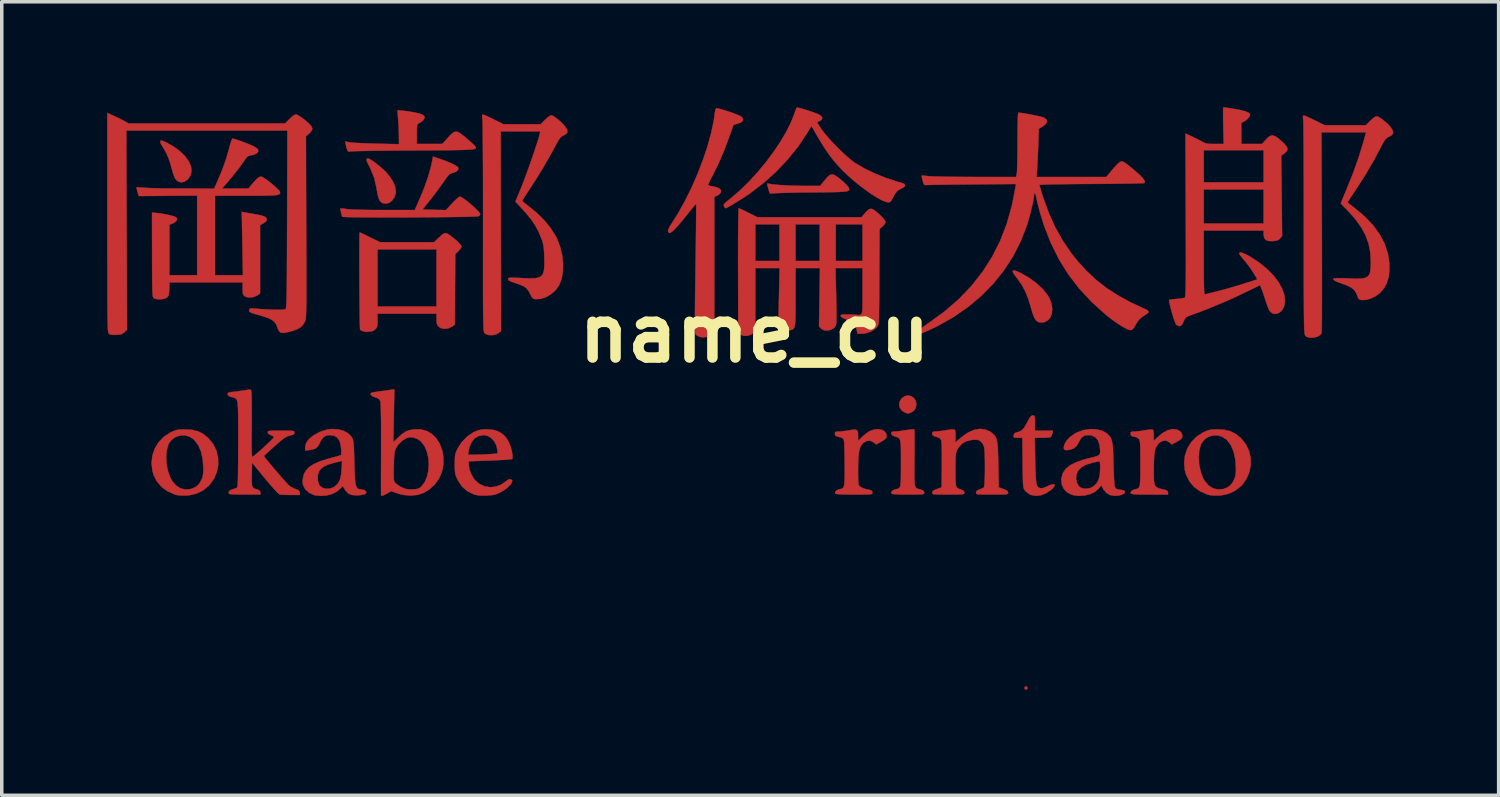
<source format=kicad_pcb>
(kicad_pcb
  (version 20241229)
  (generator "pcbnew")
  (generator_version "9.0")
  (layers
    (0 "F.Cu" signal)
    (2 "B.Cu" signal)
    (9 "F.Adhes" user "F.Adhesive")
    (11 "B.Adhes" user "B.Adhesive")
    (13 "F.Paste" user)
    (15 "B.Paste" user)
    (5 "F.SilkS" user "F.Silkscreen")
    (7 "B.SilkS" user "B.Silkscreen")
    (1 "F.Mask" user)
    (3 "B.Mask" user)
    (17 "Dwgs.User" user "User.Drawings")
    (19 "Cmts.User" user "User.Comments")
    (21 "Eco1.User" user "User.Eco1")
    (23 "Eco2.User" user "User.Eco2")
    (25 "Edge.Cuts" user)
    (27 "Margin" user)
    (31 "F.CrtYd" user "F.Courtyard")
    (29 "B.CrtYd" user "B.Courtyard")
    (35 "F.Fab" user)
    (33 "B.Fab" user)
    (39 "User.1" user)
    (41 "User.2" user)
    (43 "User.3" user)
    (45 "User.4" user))
  (footprint "name_cu"
    (layer "F.Cu")
    (at 18.426 6.437)
    (property "Reference" "name_cu" (at 0 0 0) (layer "F.SilkS") (effects (font (size 1.524 1.524) (thickness 0.3))))
    (attr through_hole)
    (fp_poly (pts (xy 7.751 10.055) (xy 7.758 10.061) (xy 7.772 10.101) (xy 7.753 10.137) (xy 7.729 10.145) (xy 7.697 10.126) (xy 7.69 10.117) (xy 7.687 10.078) (xy 7.714 10.052) (xy 7.751 10.055)) (stroke (width 0.01) (type solid)) (fill yes) (layer "F.Cu"))
    (fp_poly (pts (xy 4.458 1.788) (xy 4.535 1.84) (xy 4.589 1.922) (xy 4.607 2.021) (xy 4.588 2.132) (xy 4.53 2.212) (xy 4.461 2.252) (xy 4.403 2.275) (xy 4.37 2.286) (xy 4.368 2.286) (xy 4.341 2.277) (xy 4.31 2.267) (xy 4.207 2.212) (xy 4.142 2.131) (xy 4.117 2.036) (xy 4.137 1.936) (xy 4.189 1.855) (xy 4.274 1.791) (xy 4.367 1.771) (xy 4.458 1.788)) (stroke (width 0.01) (type solid)) (fill yes) (layer "F.Cu"))
    (fp_poly (pts (xy -16.852 -5.479) (xy -16.761 -5.442) (xy -16.715 -5.419) (xy -16.51 -5.298) (xy -16.338 -5.168) (xy -16.201 -5.032) (xy -16.102 -4.893) (xy -16.042 -4.757) (xy -16.024 -4.626) (xy -16.049 -4.503) (xy -16.12 -4.393) (xy -16.132 -4.381) (xy -16.226 -4.314) (xy -16.321 -4.295) (xy -16.411 -4.325) (xy -16.456 -4.361) (xy -16.505 -4.432) (xy -16.549 -4.548) (xy -16.574 -4.64) (xy -16.63 -4.841) (xy -16.687 -5.006) (xy -16.752 -5.149) (xy -16.831 -5.284) (xy -16.834 -5.289) (xy -16.893 -5.389) (xy -16.916 -5.454) (xy -16.903 -5.483) (xy -16.852 -5.479)) (stroke (width 0.01) (type solid)) (fill yes) (layer "F.Cu"))
    (fp_poly (pts (xy 7.413 -1.786) (xy 7.504 -1.752) (xy 7.557 -1.727) (xy 7.808 -1.584) (xy 8.027 -1.426) (xy 8.208 -1.257) (xy 8.346 -1.082) (xy 8.403 -0.981) (xy 8.457 -0.833) (xy 8.476 -0.69) (xy 8.463 -0.56) (xy 8.419 -0.449) (xy 8.347 -0.366) (xy 8.25 -0.316) (xy 8.167 -0.306) (xy 8.097 -0.316) (xy 8.054 -0.333) (xy 8.006 -0.377) (xy 7.96 -0.458) (xy 7.914 -0.579) (xy 7.867 -0.741) (xy 7.793 -0.985) (xy 7.709 -1.192) (xy 7.609 -1.377) (xy 7.485 -1.554) (xy 7.444 -1.605) (xy 7.376 -1.698) (xy 7.349 -1.759) (xy 7.361 -1.788) (xy 7.413 -1.786)) (stroke (width 0.01) (type solid)) (fill yes) (layer "F.Cu"))
    (fp_poly (pts (xy -10.976 -4.971) (xy -10.92 -4.941) (xy -10.84 -4.887) (xy -10.73 -4.803) (xy -10.683 -4.766) (xy -10.522 -4.623) (xy -10.39 -4.472) (xy -10.291 -4.321) (xy -10.229 -4.176) (xy -10.208 -4.043) (xy -10.213 -3.984) (xy -10.253 -3.866) (xy -10.318 -3.774) (xy -10.401 -3.712) (xy -10.493 -3.688) (xy -10.585 -3.705) (xy -10.62 -3.725) (xy -10.663 -3.769) (xy -10.697 -3.838) (xy -10.725 -3.942) (xy -10.751 -4.087) (xy -10.755 -4.113) (xy -10.822 -4.418) (xy -10.938 -4.704) (xy -10.976 -4.776) (xy -11.024 -4.871) (xy -11.045 -4.932) (xy -11.038 -4.964) (xy -11.038 -4.965) (xy -11.013 -4.977) (xy -10.976 -4.971)) (stroke (width 0.01) (type solid)) (fill yes) (layer "F.Cu"))
    (fp_poly (pts (xy 2.276 -4.505) (xy 2.361 -4.451) (xy 2.461 -4.371) (xy 2.546 -4.297) (xy 2.617 -4.228) (xy 2.664 -4.174) (xy 2.674 -4.157) (xy 2.689 -4.125) (xy 2.697 -4.098) (xy 2.696 -4.077) (xy 2.68 -4.059) (xy 2.646 -4.046) (xy 2.589 -4.036) (xy 2.506 -4.028) (xy 2.392 -4.022) (xy 2.242 -4.018) (xy 2.053 -4.015) (xy 1.821 -4.013) (xy 1.61 -4.01) (xy 1.38 -4.008) (xy 1.165 -4.004) (xy 0.97 -4) (xy 0.8 -3.996) (xy 0.662 -3.991) (xy 0.561 -3.987) (xy 0.502 -3.982) (xy 0.491 -3.98) (xy 0.455 -3.974) (xy 0.432 -3.994) (xy 0.413 -4.051) (xy 0.407 -4.072) (xy 0.386 -4.151) (xy 0.369 -4.215) (xy 0.365 -4.229) (xy 0.363 -4.263) (xy 0.396 -4.262) (xy 0.4 -4.261) (xy 0.473 -4.246) (xy 0.589 -4.231) (xy 0.738 -4.219) (xy 0.913 -4.209) (xy 1.104 -4.201) (xy 1.302 -4.197) (xy 1.411 -4.196) (xy 1.869 -4.196) (xy 2.002 -4.361) (xy 2.081 -4.452) (xy 2.146 -4.506) (xy 2.207 -4.524) (xy 2.276 -4.505)) (stroke (width 0.01) (type solid)) (fill yes) (layer "F.Cu"))
    (fp_poly (pts (xy 7.952 2.341) (xy 7.97 2.355) (xy 7.98 2.39) (xy 7.983 2.456) (xy 7.984 2.555) (xy 7.984 2.771) (xy 8.496 2.771) (xy 8.478 2.854) (xy 8.458 2.916) (xy 8.433 2.954) (xy 8.432 2.955) (xy 8.394 2.964) (xy 8.32 2.971) (xy 8.223 2.974) (xy 8.191 2.974) (xy 7.978 2.975) (xy 7.99 3.604) (xy 7.995 3.832) (xy 8.003 4.02) (xy 8.012 4.166) (xy 8.022 4.265) (xy 8.032 4.314) (xy 8.075 4.383) (xy 8.138 4.412) (xy 8.225 4.402) (xy 8.339 4.354) (xy 8.442 4.309) (xy 8.512 4.295) (xy 8.545 4.31) (xy 8.538 4.35) (xy 8.489 4.412) (xy 8.449 4.45) (xy 8.308 4.549) (xy 8.159 4.609) (xy 8.011 4.627) (xy 7.873 4.601) (xy 7.833 4.583) (xy 7.758 4.533) (xy 7.696 4.471) (xy 7.693 4.467) (xy 7.677 4.443) (xy 7.665 4.415) (xy 7.656 4.377) (xy 7.649 4.323) (xy 7.643 4.246) (xy 7.64 4.141) (xy 7.637 4.001) (xy 7.634 3.819) (xy 7.633 3.685) (xy 7.625 2.975) (xy 7.497 2.975) (xy 7.422 2.973) (xy 7.386 2.964) (xy 7.376 2.939) (xy 7.378 2.906) (xy 7.395 2.853) (xy 7.442 2.826) (xy 7.468 2.82) (xy 7.552 2.795) (xy 7.62 2.751) (xy 7.681 2.679) (xy 7.745 2.57) (xy 7.764 2.533) (xy 7.815 2.436) (xy 7.854 2.377) (xy 7.887 2.347) (xy 7.922 2.339) (xy 7.923 2.339) (xy 7.952 2.341)) (stroke (width 0.01) (type solid)) (fill yes) (layer "F.Cu"))
    (fp_poly (pts (xy -16.01 2.748) (xy -15.845 2.788) (xy -15.7 2.86) (xy -15.564 2.968) (xy -15.533 2.998) (xy -15.403 3.162) (xy -15.315 3.347) (xy -15.269 3.545) (xy -15.265 3.748) (xy -15.304 3.948) (xy -15.384 4.138) (xy -15.506 4.31) (xy -15.539 4.345) (xy -15.705 4.478) (xy -15.897 4.568) (xy -16.111 4.614) (xy -16.182 4.619) (xy -16.315 4.619) (xy -16.429 4.607) (xy -16.488 4.593) (xy -16.701 4.5) (xy -16.875 4.376) (xy -17.009 4.22) (xy -17.102 4.036) (xy -17.138 3.913) (xy -17.161 3.692) (xy -17.145 3.541) (xy -16.747 3.541) (xy -16.733 3.745) (xy -16.69 3.944) (xy -16.621 4.123) (xy -16.571 4.211) (xy -16.462 4.335) (xy -16.334 4.415) (xy -16.194 4.448) (xy -16.047 4.433) (xy -15.941 4.392) (xy -15.86 4.34) (xy -15.799 4.27) (xy -15.758 4.199) (xy -15.721 4.12) (xy -15.7 4.047) (xy -15.69 3.962) (xy -15.687 3.85) (xy -15.704 3.597) (xy -15.751 3.376) (xy -15.829 3.191) (xy -15.937 3.045) (xy -15.966 3.017) (xy -16.085 2.94) (xy -16.217 2.905) (xy -16.352 2.91) (xy -16.479 2.952) (xy -16.589 3.029) (xy -16.671 3.139) (xy -16.687 3.174) (xy -16.733 3.346) (xy -16.747 3.541) (xy -17.145 3.541) (xy -17.138 3.479) (xy -17.07 3.28) (xy -16.962 3.101) (xy -16.815 2.948) (xy -16.634 2.828) (xy -16.603 2.813) (xy -16.514 2.774) (xy -16.439 2.751) (xy -16.359 2.739) (xy -16.253 2.736) (xy -16.209 2.736) (xy -16.01 2.748)) (stroke (width 0.01) (type solid)) (fill yes) (layer "F.Cu"))
    (fp_poly (pts (xy 13.382 2.748) (xy 13.547 2.788) (xy 13.691 2.86) (xy 13.828 2.968) (xy 13.859 2.998) (xy 13.989 3.162) (xy 14.077 3.347) (xy 14.123 3.545) (xy 14.126 3.748) (xy 14.088 3.948) (xy 14.008 4.138) (xy 13.886 4.31) (xy 13.853 4.345) (xy 13.687 4.478) (xy 13.495 4.568) (xy 13.281 4.614) (xy 13.21 4.619) (xy 13.077 4.619) (xy 12.963 4.607) (xy 12.903 4.593) (xy 12.69 4.5) (xy 12.516 4.376) (xy 12.383 4.22) (xy 12.29 4.036) (xy 12.254 3.913) (xy 12.23 3.692) (xy 12.247 3.541) (xy 12.644 3.541) (xy 12.659 3.745) (xy 12.702 3.944) (xy 12.771 4.123) (xy 12.821 4.211) (xy 12.93 4.335) (xy 13.058 4.415) (xy 13.198 4.448) (xy 13.345 4.433) (xy 13.45 4.392) (xy 13.531 4.34) (xy 13.593 4.27) (xy 13.634 4.199) (xy 13.671 4.12) (xy 13.692 4.047) (xy 13.702 3.962) (xy 13.704 3.85) (xy 13.688 3.597) (xy 13.641 3.376) (xy 13.563 3.191) (xy 13.455 3.045) (xy 13.426 3.017) (xy 13.307 2.94) (xy 13.175 2.905) (xy 13.04 2.91) (xy 12.913 2.952) (xy 12.803 3.029) (xy 12.721 3.139) (xy 12.704 3.174) (xy 12.659 3.346) (xy 12.644 3.541) (xy 12.247 3.541) (xy 12.254 3.479) (xy 12.321 3.28) (xy 12.43 3.101) (xy 12.577 2.948) (xy 12.758 2.828) (xy 12.789 2.813) (xy 12.877 2.774) (xy 12.952 2.751) (xy 13.033 2.739) (xy 13.139 2.736) (xy 13.183 2.736) (xy 13.382 2.748)) (stroke (width 0.01) (type solid)) (fill yes) (layer "F.Cu"))
    (fp_poly (pts (xy 4.548 2.734) (xy 4.551 2.762) (xy 4.554 2.835) (xy 4.555 2.946) (xy 4.556 3.09) (xy 4.556 3.259) (xy 4.555 3.449) (xy 4.554 3.556) (xy 4.552 3.784) (xy 4.55 3.968) (xy 4.551 4.11) (xy 4.554 4.219) (xy 4.562 4.297) (xy 4.574 4.352) (xy 4.592 4.388) (xy 4.617 4.411) (xy 4.65 4.426) (xy 4.693 4.438) (xy 4.723 4.446) (xy 4.793 4.472) (xy 4.825 4.503) (xy 4.831 4.533) (xy 4.83 4.553) (xy 4.821 4.568) (xy 4.799 4.578) (xy 4.755 4.584) (xy 4.684 4.587) (xy 4.578 4.589) (xy 4.43 4.589) (xy 4.37 4.589) (xy 4.195 4.588) (xy 4.066 4.585) (xy 3.977 4.58) (xy 3.923 4.572) (xy 3.899 4.56) (xy 3.897 4.557) (xy 3.902 4.508) (xy 3.948 4.466) (xy 4.022 4.44) (xy 4.065 4.431) (xy 4.099 4.419) (xy 4.125 4.399) (xy 4.143 4.365) (xy 4.156 4.311) (xy 4.164 4.231) (xy 4.168 4.12) (xy 4.169 3.972) (xy 4.17 3.781) (xy 4.17 3.699) (xy 4.17 3.491) (xy 4.169 3.327) (xy 4.166 3.202) (xy 4.159 3.111) (xy 4.147 3.046) (xy 4.129 3.003) (xy 4.103 2.976) (xy 4.069 2.958) (xy 4.024 2.944) (xy 3.995 2.936) (xy 3.924 2.904) (xy 3.895 2.858) (xy 3.895 2.853) (xy 3.895 2.817) (xy 3.92 2.801) (xy 3.982 2.797) (xy 3.987 2.797) (xy 4.059 2.792) (xy 4.162 2.78) (xy 4.276 2.764) (xy 4.31 2.758) (xy 4.411 2.742) (xy 4.491 2.733) (xy 4.54 2.732) (xy 4.548 2.734)) (stroke (width 0.01) (type solid)) (fill yes) (layer "F.Cu"))
    (fp_poly (pts (xy -11.214 -2.862) (xy -11.152 -2.834) (xy -11.062 -2.791) (xy -10.955 -2.738) (xy -10.945 -2.733) (xy -10.66 -2.593) (xy -9.12 -2.593) (xy -8.973 -2.733) (xy -8.892 -2.807) (xy -8.832 -2.847) (xy -8.78 -2.852) (xy -8.719 -2.825) (xy -8.637 -2.767) (xy -8.632 -2.763) (xy -8.523 -2.675) (xy -8.433 -2.593) (xy -8.37 -2.524) (xy -8.341 -2.474) (xy -8.34 -2.466) (xy -8.357 -2.425) (xy -8.4 -2.368) (xy -8.428 -2.339) (xy -8.517 -2.253) (xy -8.53 -0.244) (xy -8.617 -0.185) (xy -8.722 -0.138) (xy -8.832 -0.126) (xy -8.932 -0.15) (xy -8.989 -0.19) (xy -9.025 -0.235) (xy -9.044 -0.288) (xy -9.051 -0.368) (xy -9.051 -0.406) (xy -9.051 -0.559) (xy -10.73 -0.559) (xy -10.73 -0.368) (xy -10.731 -0.265) (xy -10.74 -0.199) (xy -10.758 -0.155) (xy -10.789 -0.116) (xy -10.792 -0.113) (xy -10.853 -0.07) (xy -10.915 -0.051) (xy -10.917 -0.051) (xy -10.98 -0.047) (xy -11.013 -0.04) (xy -11.06 -0.04) (xy -11.126 -0.053) (xy -11.129 -0.054) (xy -11.189 -0.077) (xy -11.225 -0.102) (xy -11.226 -0.103) (xy -11.229 -0.132) (xy -11.232 -0.206) (xy -11.234 -0.318) (xy -11.237 -0.464) (xy -11.239 -0.638) (xy -11.241 -0.835) (xy -11.243 -1.047) (xy -11.245 -1.271) (xy -11.246 -1.5) (xy -11.247 -1.729) (xy -11.248 -1.952) (xy -11.248 -2.163) (xy -11.248 -2.357) (xy -11.248 -2.39) (xy -10.73 -2.39) (xy -10.73 -0.763) (xy -9.051 -0.763) (xy -9.051 -2.39) (xy -10.73 -2.39) (xy -11.248 -2.39) (xy -11.247 -2.528) (xy -11.246 -2.671) (xy -11.245 -2.78) (xy -11.242 -2.849) (xy -11.24 -2.873) (xy -11.214 -2.862)) (stroke (width 0.01) (type solid)) (fill yes) (layer "F.Cu"))
    (fp_poly (pts (xy -10.132 -6.35) (xy -10.066 -6.343) (xy -9.97 -6.331) (xy -9.864 -6.317) (xy -9.682 -6.288) (xy -9.548 -6.257) (xy -9.456 -6.224) (xy -9.404 -6.187) (xy -9.391 -6.166) (xy -9.397 -6.115) (xy -9.44 -6.056) (xy -9.513 -6) (xy -9.541 -5.984) (xy -9.571 -5.967) (xy -9.591 -5.946) (xy -9.603 -5.912) (xy -9.609 -5.854) (xy -9.611 -5.763) (xy -9.611 -5.669) (xy -9.611 -5.39) (xy -8.886 -5.391) (xy -8.726 -5.568) (xy -8.641 -5.658) (xy -8.574 -5.716) (xy -8.513 -5.741) (xy -8.45 -5.733) (xy -8.374 -5.691) (xy -8.276 -5.616) (xy -8.2 -5.553) (xy -8.108 -5.473) (xy -8.029 -5.403) (xy -7.974 -5.35) (xy -7.95 -5.322) (xy -7.938 -5.302) (xy -7.931 -5.284) (xy -7.932 -5.269) (xy -7.944 -5.257) (xy -7.971 -5.246) (xy -8.015 -5.237) (xy -8.081 -5.23) (xy -8.171 -5.224) (xy -8.289 -5.22) (xy -8.439 -5.216) (xy -8.623 -5.213) (xy -8.845 -5.211) (xy -9.109 -5.209) (xy -9.417 -5.207) (xy -9.705 -5.206) (xy -10 -5.204) (xy -10.281 -5.201) (xy -10.543 -5.198) (xy -10.784 -5.195) (xy -10.997 -5.192) (xy -11.179 -5.189) (xy -11.326 -5.185) (xy -11.433 -5.181) (xy -11.496 -5.178) (xy -11.511 -5.176) (xy -11.557 -5.17) (xy -11.585 -5.202) (xy -11.592 -5.219) (xy -11.614 -5.29) (xy -11.633 -5.372) (xy -11.633 -5.372) (xy -11.649 -5.46) (xy -11.539 -5.437) (xy -11.484 -5.43) (xy -11.385 -5.422) (xy -11.253 -5.415) (xy -11.095 -5.408) (xy -10.919 -5.402) (xy -10.774 -5.398) (xy -10.119 -5.383) (xy -10.121 -5.609) (xy -10.124 -5.743) (xy -10.13 -5.899) (xy -10.14 -6.049) (xy -10.143 -6.089) (xy -10.151 -6.197) (xy -10.157 -6.283) (xy -10.159 -6.338) (xy -10.158 -6.35) (xy -10.132 -6.35)) (stroke (width 0.01) (type solid)) (fill yes) (layer "F.Cu"))
    (fp_poly (pts (xy -8.943 -4.96) (xy -8.779 -4.901) (xy -8.64 -4.843) (xy -8.53 -4.789) (xy -8.458 -4.743) (xy -8.43 -4.712) (xy -8.434 -4.658) (xy -8.478 -4.609) (xy -8.554 -4.573) (xy -8.593 -4.564) (xy -8.637 -4.553) (xy -8.675 -4.533) (xy -8.715 -4.495) (xy -8.765 -4.432) (xy -8.832 -4.336) (xy -8.856 -4.302) (xy -8.941 -4.179) (xy -9.046 -4.037) (xy -9.154 -3.894) (xy -9.238 -3.788) (xy -9.453 -3.521) (xy -9.119 -3.514) (xy -8.784 -3.507) (xy -8.607 -3.699) (xy -8.528 -3.78) (xy -8.458 -3.843) (xy -8.406 -3.883) (xy -8.385 -3.891) (xy -8.341 -3.874) (xy -8.272 -3.829) (xy -8.186 -3.765) (xy -8.092 -3.687) (xy -7.998 -3.605) (xy -7.915 -3.526) (xy -7.849 -3.458) (xy -7.812 -3.407) (xy -7.806 -3.39) (xy -7.826 -3.353) (xy -7.853 -3.333) (xy -7.886 -3.328) (xy -7.965 -3.324) (xy -8.084 -3.319) (xy -8.239 -3.315) (xy -8.426 -3.312) (xy -8.638 -3.309) (xy -8.872 -3.306) (xy -9.123 -3.304) (xy -9.386 -3.302) (xy -9.656 -3.3) (xy -9.928 -3.299) (xy -10.198 -3.298) (xy -10.461 -3.298) (xy -10.712 -3.299) (xy -10.946 -3.3) (xy -11.159 -3.301) (xy -11.346 -3.303) (xy -11.501 -3.306) (xy -11.621 -3.309) (xy -11.701 -3.313) (xy -11.735 -3.317) (xy -11.736 -3.318) (xy -11.759 -3.399) (xy -11.777 -3.476) (xy -11.786 -3.533) (xy -11.785 -3.555) (xy -11.757 -3.556) (xy -11.693 -3.549) (xy -11.612 -3.537) (xy -11.54 -3.529) (xy -11.421 -3.522) (xy -11.262 -3.517) (xy -11.067 -3.513) (xy -10.841 -3.51) (xy -10.59 -3.509) (xy -10.559 -3.509) (xy -9.669 -3.509) (xy -9.561 -3.754) (xy -9.405 -4.13) (xy -9.285 -4.469) (xy -9.201 -4.773) (xy -9.168 -4.937) (xy -9.152 -5.03) (xy -8.943 -4.96)) (stroke (width 0.01) (type solid)) (fill yes) (layer "F.Cu"))
    (fp_poly (pts (xy 12.032 2.745) (xy 12.059 2.755) (xy 12.14 2.811) (xy 12.177 2.892) (xy 12.175 2.966) (xy 12.148 3.003) (xy 12.088 3.05) (xy 12.021 3.089) (xy 11.877 3.164) (xy 11.816 3.108) (xy 11.734 3.059) (xy 11.645 3.055) (xy 11.559 3.091) (xy 11.482 3.162) (xy 11.422 3.265) (xy 11.393 3.357) (xy 11.383 3.427) (xy 11.375 3.536) (xy 11.369 3.671) (xy 11.366 3.82) (xy 11.365 3.9) (xy 11.366 4.068) (xy 11.37 4.193) (xy 11.383 4.283) (xy 11.409 4.344) (xy 11.453 4.386) (xy 11.52 4.416) (xy 11.613 4.441) (xy 11.702 4.46) (xy 11.756 4.486) (xy 11.772 4.533) (xy 11.772 4.59) (xy 11.248 4.59) (xy 11.06 4.589) (xy 10.919 4.586) (xy 10.818 4.582) (xy 10.753 4.574) (xy 10.719 4.565) (xy 10.711 4.557) (xy 10.716 4.508) (xy 10.762 4.466) (xy 10.836 4.44) (xy 10.879 4.431) (xy 10.913 4.419) (xy 10.939 4.399) (xy 10.958 4.364) (xy 10.97 4.31) (xy 10.978 4.229) (xy 10.982 4.117) (xy 10.984 3.967) (xy 10.984 3.774) (xy 10.984 3.709) (xy 10.984 3.509) (xy 10.983 3.353) (xy 10.981 3.235) (xy 10.977 3.15) (xy 10.972 3.091) (xy 10.964 3.051) (xy 10.953 3.025) (xy 10.938 3.006) (xy 10.933 3) (xy 10.878 2.962) (xy 10.833 2.949) (xy 10.751 2.935) (xy 10.71 2.892) (xy 10.704 2.858) (xy 10.709 2.821) (xy 10.733 2.803) (xy 10.788 2.796) (xy 10.825 2.796) (xy 10.915 2.79) (xy 11.028 2.777) (xy 11.123 2.761) (xy 11.215 2.745) (xy 11.29 2.737) (xy 11.332 2.739) (xy 11.333 2.739) (xy 11.354 2.774) (xy 11.364 2.857) (xy 11.365 2.906) (xy 11.365 3.061) (xy 11.461 2.97) (xy 11.617 2.839) (xy 11.763 2.759) (xy 11.901 2.727) (xy 12.032 2.745)) (stroke (width 0.01) (type solid)) (fill yes) (layer "F.Cu"))
    (fp_poly (pts (xy -7.432 2.749) (xy -7.282 2.797) (xy -7.155 2.881) (xy -7.08 2.957) (xy -7.011 3.063) (xy -6.95 3.199) (xy -6.908 3.343) (xy -6.89 3.475) (xy -6.89 3.483) (xy -6.89 3.579) (xy -7.024 3.594) (xy -7.092 3.6) (xy -7.2 3.606) (xy -7.337 3.613) (xy -7.493 3.62) (xy -7.647 3.626) (xy -8.136 3.643) (xy -8.136 3.725) (xy -8.117 3.859) (xy -8.067 4.001) (xy -7.992 4.132) (xy -7.954 4.181) (xy -7.827 4.29) (xy -7.679 4.357) (xy -7.52 4.382) (xy -7.358 4.364) (xy -7.202 4.304) (xy -7.064 4.203) (xy -6.999 4.16) (xy -6.942 4.152) (xy -6.903 4.179) (xy -6.895 4.2) (xy -6.908 4.252) (xy -6.957 4.319) (xy -7.032 4.392) (xy -7.125 4.464) (xy -7.227 4.524) (xy -7.236 4.529) (xy -7.326 4.57) (xy -7.406 4.595) (xy -7.496 4.609) (xy -7.614 4.617) (xy -7.634 4.618) (xy -7.766 4.62) (xy -7.866 4.613) (xy -7.951 4.595) (xy -8.006 4.577) (xy -8.181 4.489) (xy -8.323 4.364) (xy -8.434 4.2) (xy -8.446 4.176) (xy -8.484 4.097) (xy -8.508 4.033) (xy -8.522 3.968) (xy -8.528 3.886) (xy -8.53 3.775) (xy -8.53 3.725) (xy -8.529 3.598) (xy -8.525 3.508) (xy -8.517 3.458) (xy -8.154 3.458) (xy -7.897 3.455) (xy -7.764 3.452) (xy -7.629 3.446) (xy -7.513 3.439) (xy -7.475 3.436) (xy -7.31 3.42) (xy -7.318 3.318) (xy -7.35 3.182) (xy -7.416 3.063) (xy -7.508 2.971) (xy -7.617 2.913) (xy -7.71 2.898) (xy -7.847 2.922) (xy -7.963 2.989) (xy -8.053 3.096) (xy -8.114 3.24) (xy -8.134 3.329) (xy -8.154 3.458) (xy -8.517 3.458) (xy -8.514 3.439) (xy -8.493 3.376) (xy -8.461 3.304) (xy -8.448 3.277) (xy -8.332 3.096) (xy -8.178 2.939) (xy -7.999 2.819) (xy -7.964 2.801) (xy -7.873 2.764) (xy -7.789 2.743) (xy -7.689 2.735) (xy -7.615 2.734) (xy -7.432 2.749)) (stroke (width 0.01) (type solid)) (fill yes) (layer "F.Cu"))
    (fp_poly (pts (xy -1.031 -6.399) (xy -0.941 -6.376) (xy -0.83 -6.342) (xy -0.709 -6.303) (xy -0.59 -6.261) (xy -0.486 -6.22) (xy -0.407 -6.186) (xy -0.368 -6.162) (xy -0.325 -6.102) (xy -0.332 -6.048) (xy -0.388 -6.001) (xy -0.477 -5.967) (xy -0.597 -5.932) (xy -0.714 -5.604) (xy -0.858 -5.218) (xy -1.005 -4.872) (xy -1.159 -4.555) (xy -1.184 -4.508) (xy -1.239 -4.403) (xy -1.283 -4.314) (xy -1.312 -4.252) (xy -1.322 -4.225) (xy -1.299 -4.208) (xy -1.242 -4.192) (xy -1.211 -4.187) (xy -1.092 -4.162) (xy -1.005 -4.125) (xy -0.958 -4.081) (xy -0.955 -4.075) (xy -0.956 -4.015) (xy -1 -3.956) (xy -1.067 -3.916) (xy -1.144 -3.884) (xy -1.144 -0.047) (xy -1.218 0.027) (xy -1.276 0.075) (xy -1.329 0.101) (xy -1.339 0.102) (xy -1.405 0.108) (xy -1.437 0.113) (xy -1.496 0.113) (xy -1.569 0.099) (xy -1.569 0.099) (xy -1.635 0.067) (xy -1.679 0.023) (xy -1.68 0.023) (xy -1.685 -0.004) (xy -1.69 -0.061) (xy -1.693 -0.151) (xy -1.694 -0.277) (xy -1.695 -0.44) (xy -1.694 -0.644) (xy -1.692 -0.889) (xy -1.689 -1.179) (xy -1.684 -1.515) (xy -1.679 -1.849) (xy -1.674 -2.148) (xy -1.67 -2.432) (xy -1.667 -2.697) (xy -1.664 -2.939) (xy -1.662 -3.154) (xy -1.66 -3.338) (xy -1.659 -3.486) (xy -1.659 -3.595) (xy -1.66 -3.66) (xy -1.661 -3.678) (xy -1.68 -3.664) (xy -1.724 -3.616) (xy -1.786 -3.542) (xy -1.861 -3.448) (xy -1.877 -3.427) (xy -2.037 -3.228) (xy -2.17 -3.071) (xy -2.277 -2.956) (xy -2.357 -2.884) (xy -2.41 -2.855) (xy -2.424 -2.855) (xy -2.46 -2.889) (xy -2.457 -2.948) (xy -2.415 -3.036) (xy -2.389 -3.076) (xy -2.177 -3.41) (xy -1.976 -3.773) (xy -1.787 -4.155) (xy -1.615 -4.549) (xy -1.463 -4.946) (xy -1.333 -5.336) (xy -1.23 -5.713) (xy -1.157 -6.066) (xy -1.13 -6.261) (xy -1.117 -6.339) (xy -1.1 -6.393) (xy -1.087 -6.407) (xy -1.031 -6.399)) (stroke (width 0.01) (type solid)) (fill yes) (layer "F.Cu"))
    (fp_poly (pts (xy 3.615 2.744) (xy 3.697 2.786) (xy 3.748 2.853) (xy 3.762 2.94) (xy 3.759 2.964) (xy 3.733 2.999) (xy 3.675 3.045) (xy 3.608 3.086) (xy 3.466 3.163) (xy 3.395 3.107) (xy 3.3 3.059) (xy 3.203 3.061) (xy 3.107 3.114) (xy 3.104 3.117) (xy 3.053 3.169) (xy 3.014 3.235) (xy 2.986 3.321) (xy 2.967 3.434) (xy 2.955 3.581) (xy 2.95 3.768) (xy 2.949 3.88) (xy 2.95 4.039) (xy 2.951 4.155) (xy 2.954 4.236) (xy 2.96 4.289) (xy 2.971 4.323) (xy 2.987 4.346) (xy 3.008 4.365) (xy 3.013 4.368) (xy 3.082 4.407) (xy 3.165 4.434) (xy 3.172 4.435) (xy 3.267 4.454) (xy 3.323 4.473) (xy 3.349 4.497) (xy 3.356 4.532) (xy 3.356 4.534) (xy 3.355 4.553) (xy 3.347 4.567) (xy 3.327 4.577) (xy 3.287 4.584) (xy 3.221 4.588) (xy 3.123 4.589) (xy 2.985 4.59) (xy 2.832 4.59) (xy 2.644 4.589) (xy 2.503 4.586) (xy 2.402 4.582) (xy 2.337 4.574) (xy 2.303 4.565) (xy 2.295 4.557) (xy 2.3 4.508) (xy 2.346 4.466) (xy 2.42 4.44) (xy 2.464 4.43) (xy 2.499 4.418) (xy 2.525 4.397) (xy 2.543 4.362) (xy 2.555 4.305) (xy 2.563 4.223) (xy 2.567 4.107) (xy 2.568 3.954) (xy 2.568 3.755) (xy 2.568 3.736) (xy 2.567 3.559) (xy 2.564 3.395) (xy 2.56 3.254) (xy 2.555 3.142) (xy 2.549 3.068) (xy 2.544 3.042) (xy 2.525 3.004) (xy 2.494 2.978) (xy 2.439 2.958) (xy 2.358 2.939) (xy 2.305 2.914) (xy 2.288 2.866) (xy 2.288 2.86) (xy 2.293 2.822) (xy 2.315 2.803) (xy 2.369 2.797) (xy 2.409 2.796) (xy 2.499 2.79) (xy 2.612 2.776) (xy 2.708 2.76) (xy 2.819 2.742) (xy 2.889 2.744) (xy 2.929 2.771) (xy 2.946 2.83) (xy 2.949 2.918) (xy 2.949 3.058) (xy 3.072 2.943) (xy 3.15 2.875) (xy 3.226 2.818) (xy 3.273 2.788) (xy 3.395 2.742) (xy 3.512 2.728) (xy 3.615 2.744)) (stroke (width 0.01) (type solid)) (fill yes) (layer "F.Cu"))
    (fp_poly (pts (xy 1.233 -6.423) (xy 1.298 -6.408) (xy 1.39 -6.383) (xy 1.496 -6.35) (xy 1.606 -6.314) (xy 1.709 -6.279) (xy 1.793 -6.246) (xy 1.837 -6.226) (xy 1.908 -6.175) (xy 1.932 -6.123) (xy 1.909 -6.075) (xy 1.862 -6.046) (xy 1.81 -6.023) (xy 1.784 -6.01) (xy 1.793 -5.988) (xy 1.826 -5.934) (xy 1.875 -5.856) (xy 1.909 -5.805) (xy 1.992 -5.694) (xy 2.106 -5.561) (xy 2.239 -5.416) (xy 2.384 -5.268) (xy 2.53 -5.126) (xy 2.67 -5) (xy 2.794 -4.899) (xy 2.863 -4.849) (xy 3.115 -4.7) (xy 3.404 -4.559) (xy 3.716 -4.432) (xy 4.038 -4.324) (xy 4.195 -4.28) (xy 4.268 -4.25) (xy 4.291 -4.212) (xy 4.265 -4.169) (xy 4.19 -4.125) (xy 4.113 -4.085) (xy 4.055 -4.04) (xy 4.005 -3.975) (xy 3.95 -3.878) (xy 3.939 -3.855) (xy 3.898 -3.781) (xy 3.865 -3.742) (xy 3.827 -3.729) (xy 3.791 -3.729) (xy 3.711 -3.749) (xy 3.6 -3.799) (xy 3.465 -3.876) (xy 3.312 -3.974) (xy 3.149 -4.09) (xy 2.98 -4.218) (xy 2.814 -4.354) (xy 2.655 -4.494) (xy 2.517 -4.627) (xy 2.375 -4.777) (xy 2.245 -4.929) (xy 2.121 -5.091) (xy 1.997 -5.271) (xy 1.867 -5.479) (xy 1.724 -5.723) (xy 1.692 -5.78) (xy 1.622 -5.904) (xy 1.495 -5.692) (xy 1.241 -5.313) (xy 0.943 -4.944) (xy 0.608 -4.592) (xy 0.241 -4.264) (xy -0.15 -3.967) (xy -0.178 -3.948) (xy -0.277 -3.881) (xy -0.388 -3.81) (xy -0.503 -3.739) (xy -0.612 -3.672) (xy -0.707 -3.617) (xy -0.778 -3.578) (xy -0.818 -3.56) (xy -0.821 -3.56) (xy -0.845 -3.579) (xy -0.862 -3.605) (xy -0.874 -3.632) (xy -0.874 -3.657) (xy -0.856 -3.687) (xy -0.814 -3.728) (xy -0.744 -3.787) (xy -0.648 -3.864) (xy -0.398 -4.08) (xy -0.148 -4.326) (xy 0.096 -4.594) (xy 0.329 -4.876) (xy 0.546 -5.167) (xy 0.741 -5.458) (xy 0.908 -5.741) (xy 1.042 -6.011) (xy 1.121 -6.209) (xy 1.154 -6.303) (xy 1.182 -6.377) (xy 1.201 -6.419) (xy 1.204 -6.424) (xy 1.233 -6.423)) (stroke (width 0.01) (type solid)) (fill yes) (layer "F.Cu"))
    (fp_poly (pts (xy -10.28 3.1) (xy -10.135 2.959) (xy -10.026 2.863) (xy -9.93 2.799) (xy -9.828 2.759) (xy -9.702 2.735) (xy -9.683 2.733) (xy -9.5 2.734) (xy -9.332 2.779) (xy -9.184 2.865) (xy -9.058 2.988) (xy -8.959 3.143) (xy -8.891 3.325) (xy -8.856 3.532) (xy -8.855 3.719) (xy -8.895 3.936) (xy -8.979 4.135) (xy -9.105 4.309) (xy -9.268 4.454) (xy -9.427 4.547) (xy -9.593 4.6) (xy -9.783 4.619) (xy -9.981 4.603) (xy -10.174 4.554) (xy -10.174 4.554) (xy -10.343 4.493) (xy -10.458 4.56) (xy -10.55 4.609) (xy -10.606 4.626) (xy -10.629 4.613) (xy -10.63 4.608) (xy -10.63 4.58) (xy -10.63 4.506) (xy -10.63 4.39) (xy -10.63 4.238) (xy -10.63 4.055) (xy -10.63 4.05) (xy -10.272 4.05) (xy -10.27 4.128) (xy -10.264 4.18) (xy -10.253 4.215) (xy -10.237 4.242) (xy -10.217 4.264) (xy -10.159 4.313) (xy -10.077 4.366) (xy -10.03 4.39) (xy -9.943 4.426) (xy -9.86 4.443) (xy -9.757 4.444) (xy -9.732 4.443) (xy -9.634 4.436) (xy -9.569 4.42) (xy -9.518 4.391) (xy -9.481 4.36) (xy -9.388 4.24) (xy -9.322 4.087) (xy -9.283 3.913) (xy -9.271 3.728) (xy -9.285 3.541) (xy -9.326 3.365) (xy -9.394 3.209) (xy -9.489 3.084) (xy -9.492 3.081) (xy -9.594 3.008) (xy -9.711 2.966) (xy -9.826 2.959) (xy -9.892 2.976) (xy -10.018 3.05) (xy -10.13 3.158) (xy -10.203 3.265) (xy -10.224 3.31) (xy -10.239 3.36) (xy -10.25 3.424) (xy -10.257 3.511) (xy -10.263 3.63) (xy -10.267 3.784) (xy -10.271 3.938) (xy -10.272 4.05) (xy -10.63 4.05) (xy -10.63 3.845) (xy -10.629 3.614) (xy -10.628 3.366) (xy -10.628 3.293) (xy -10.628 2.954) (xy -10.628 2.663) (xy -10.63 2.419) (xy -10.634 2.222) (xy -10.638 2.074) (xy -10.643 1.976) (xy -10.65 1.928) (xy -10.651 1.926) (xy -10.684 1.875) (xy -10.744 1.84) (xy -10.792 1.826) (xy -10.874 1.794) (xy -10.92 1.755) (xy -10.925 1.714) (xy -10.915 1.701) (xy -10.882 1.688) (xy -10.811 1.674) (xy -10.718 1.659) (xy -10.691 1.655) (xy -10.576 1.64) (xy -10.462 1.625) (xy -10.374 1.613) (xy -10.369 1.612) (xy -10.25 1.595) (xy -10.28 3.1)) (stroke (width 0.01) (type solid)) (fill yes) (layer "F.Cu"))
    (fp_poly (pts (xy 9.72 2.731) (xy 9.877 2.766) (xy 10.007 2.833) (xy 10.036 2.856) (xy 10.084 2.901) (xy 10.123 2.947) (xy 10.152 2.999) (xy 10.175 3.064) (xy 10.19 3.15) (xy 10.202 3.262) (xy 10.21 3.408) (xy 10.216 3.594) (xy 10.219 3.725) (xy 10.226 3.953) (xy 10.234 4.133) (xy 10.243 4.265) (xy 10.254 4.351) (xy 10.266 4.391) (xy 10.301 4.429) (xy 10.362 4.449) (xy 10.418 4.454) (xy 10.502 4.469) (xy 10.542 4.496) (xy 10.544 4.53) (xy 10.512 4.565) (xy 10.452 4.597) (xy 10.366 4.619) (xy 10.266 4.627) (xy 10.127 4.606) (xy 10.013 4.542) (xy 9.931 4.44) (xy 9.928 4.434) (xy 9.874 4.33) (xy 9.793 4.426) (xy 9.689 4.514) (xy 9.552 4.579) (xy 9.395 4.618) (xy 9.23 4.628) (xy 9.072 4.607) (xy 9.017 4.59) (xy 8.891 4.521) (xy 8.799 4.42) (xy 8.745 4.297) (xy 8.733 4.159) (xy 8.737 4.138) (xy 9.154 4.138) (xy 9.177 4.252) (xy 9.23 4.348) (xy 9.263 4.379) (xy 9.344 4.415) (xy 9.449 4.423) (xy 9.556 4.405) (xy 9.637 4.367) (xy 9.731 4.281) (xy 9.794 4.17) (xy 9.83 4.025) (xy 9.84 3.859) (xy 9.839 3.751) (xy 9.835 3.685) (xy 9.826 3.652) (xy 9.81 3.643) (xy 9.795 3.645) (xy 9.746 3.657) (xy 9.668 3.675) (xy 9.606 3.689) (xy 9.43 3.744) (xy 9.294 3.824) (xy 9.211 3.913) (xy 9.165 4.019) (xy 9.154 4.138) (xy 8.737 4.138) (xy 8.764 4.015) (xy 8.786 3.966) (xy 8.865 3.855) (xy 8.984 3.758) (xy 9.148 3.674) (xy 9.357 3.6) (xy 9.509 3.56) (xy 9.642 3.527) (xy 9.734 3.501) (xy 9.792 3.476) (xy 9.823 3.447) (xy 9.837 3.409) (xy 9.84 3.357) (xy 9.84 3.339) (xy 9.824 3.176) (xy 9.777 3.047) (xy 9.701 2.957) (xy 9.598 2.908) (xy 9.518 2.898) (xy 9.419 2.906) (xy 9.348 2.934) (xy 9.291 2.993) (xy 9.236 3.092) (xy 9.234 3.097) (xy 9.171 3.205) (xy 9.096 3.272) (xy 8.995 3.311) (xy 8.922 3.324) (xy 8.846 3.324) (xy 8.808 3.296) (xy 8.805 3.234) (xy 8.823 3.165) (xy 8.884 3.052) (xy 8.989 2.945) (xy 9.129 2.85) (xy 9.195 2.817) (xy 9.368 2.755) (xy 9.547 2.727) (xy 9.72 2.731)) (stroke (width 0.01) (type solid)) (fill yes) (layer "F.Cu"))
    (fp_poly (pts (xy -11.857 2.733) (xy -11.703 2.773) (xy -11.573 2.843) (xy -11.474 2.942) (xy -11.449 2.982) (xy -11.434 3.017) (xy -11.423 3.064) (xy -11.414 3.131) (xy -11.406 3.223) (xy -11.4 3.349) (xy -11.394 3.514) (xy -11.39 3.674) (xy -11.384 3.89) (xy -11.377 4.061) (xy -11.368 4.192) (xy -11.355 4.289) (xy -11.338 4.356) (xy -11.314 4.4) (xy -11.283 4.426) (xy -11.242 4.439) (xy -11.193 4.445) (xy -11.108 4.461) (xy -11.062 4.497) (xy -11.059 4.502) (xy -11.048 4.54) (xy -11.072 4.567) (xy -11.104 4.582) (xy -11.168 4.599) (xy -11.26 4.61) (xy -11.332 4.613) (xy -11.462 4.602) (xy -11.56 4.562) (xy -11.635 4.486) (xy -11.666 4.437) (xy -11.696 4.382) (xy -11.715 4.35) (xy -11.715 4.349) (xy -11.734 4.36) (xy -11.773 4.4) (xy -11.799 4.43) (xy -11.895 4.512) (xy -12.026 4.575) (xy -12.178 4.615) (xy -12.337 4.629) (xy -12.489 4.615) (xy -12.539 4.603) (xy -12.68 4.537) (xy -12.786 4.437) (xy -12.815 4.392) (xy -12.849 4.318) (xy -12.862 4.247) (xy -12.857 4.152) (xy -12.857 4.149) (xy -12.855 4.14) (xy -12.433 4.14) (xy -12.418 4.245) (xy -12.385 4.325) (xy -12.381 4.331) (xy -12.298 4.398) (xy -12.193 4.428) (xy -12.078 4.42) (xy -11.967 4.374) (xy -11.942 4.357) (xy -11.858 4.276) (xy -11.801 4.169) (xy -11.766 4.029) (xy -11.751 3.87) (xy -11.74 3.633) (xy -11.813 3.65) (xy -12 3.695) (xy -12.142 3.74) (xy -12.249 3.788) (xy -12.326 3.844) (xy -12.381 3.909) (xy -12.401 3.943) (xy -12.428 4.033) (xy -12.433 4.14) (xy -12.855 4.14) (xy -12.828 4.017) (xy -12.767 3.903) (xy -12.672 3.805) (xy -12.537 3.719) (xy -12.36 3.642) (xy -12.137 3.572) (xy -12.09 3.559) (xy -11.973 3.528) (xy -11.874 3.5) (xy -11.804 3.479) (xy -11.773 3.467) (xy -11.772 3.467) (xy -11.761 3.428) (xy -11.76 3.355) (xy -11.768 3.265) (xy -11.782 3.172) (xy -11.801 3.092) (xy -11.815 3.057) (xy -11.879 2.966) (xy -11.969 2.915) (xy -12.09 2.899) (xy -12.192 2.913) (xy -12.271 2.961) (xy -12.338 3.049) (xy -12.372 3.119) (xy -12.42 3.208) (xy -12.476 3.266) (xy -12.555 3.301) (xy -12.669 3.323) (xy -12.681 3.324) (xy -12.789 3.337) (xy -12.789 3.251) (xy -12.764 3.131) (xy -12.688 3.018) (xy -12.563 2.913) (xy -12.389 2.815) (xy -12.373 2.808) (xy -12.201 2.749) (xy -12.026 2.724) (xy -11.857 2.733)) (stroke (width 0.01) (type solid)) (fill yes) (layer "F.Cu"))
    (fp_poly (pts (xy -18.23 -6.186) (xy -18.123 -6.136) (xy -18.017 -6.084) (xy -17.934 -6.041) (xy -17.928 -6.037) (xy -17.817 -5.975) (xy -13.359 -5.975) (xy -13.234 -6.102) (xy -13.152 -6.177) (xy -13.084 -6.22) (xy -13.051 -6.229) (xy -13.006 -6.214) (xy -12.934 -6.171) (xy -12.845 -6.108) (xy -12.796 -6.07) (xy -12.686 -5.976) (xy -12.618 -5.901) (xy -12.588 -5.839) (xy -12.596 -5.782) (xy -12.639 -5.723) (xy -12.675 -5.688) (xy -12.768 -5.606) (xy -12.76 -3.013) (xy -12.758 -2.593) (xy -12.757 -2.221) (xy -12.756 -1.894) (xy -12.756 -1.608) (xy -12.756 -1.362) (xy -12.756 -1.151) (xy -12.756 -0.973) (xy -12.758 -0.824) (xy -12.759 -0.702) (xy -12.762 -0.604) (xy -12.765 -0.527) (xy -12.769 -0.467) (xy -12.773 -0.421) (xy -12.779 -0.388) (xy -12.785 -0.362) (xy -12.792 -0.343) (xy -12.8 -0.326) (xy -12.804 -0.318) (xy -12.859 -0.233) (xy -12.931 -0.165) (xy -13.028 -0.11) (xy -13.158 -0.064) (xy -13.328 -0.023) (xy -13.393 -0.01) (xy -13.476 -0.015) (xy -13.539 -0.067) (xy -13.579 -0.159) (xy -13.611 -0.248) (xy -13.66 -0.32) (xy -13.732 -0.379) (xy -13.835 -0.432) (xy -13.977 -0.481) (xy -14.115 -0.521) (xy -14.24 -0.556) (xy -14.323 -0.585) (xy -14.369 -0.61) (xy -14.387 -0.638) (xy -14.383 -0.671) (xy -14.381 -0.676) (xy -14.364 -0.7) (xy -14.328 -0.71) (xy -14.26 -0.708) (xy -14.217 -0.704) (xy -14.078 -0.691) (xy -13.929 -0.681) (xy -13.779 -0.674) (xy -13.637 -0.671) (xy -13.514 -0.67) (xy -13.419 -0.673) (xy -13.36 -0.68) (xy -13.348 -0.684) (xy -13.342 -0.693) (xy -13.336 -0.713) (xy -13.331 -0.746) (xy -13.327 -0.796) (xy -13.323 -0.866) (xy -13.32 -0.957) (xy -13.317 -1.074) (xy -13.314 -1.219) (xy -13.312 -1.394) (xy -13.31 -1.604) (xy -13.309 -1.85) (xy -13.307 -2.135) (xy -13.306 -2.463) (xy -13.305 -2.836) (xy -13.303 -3.241) (xy -13.297 -5.772) (xy -17.881 -5.772) (xy -17.871 -2.937) (xy -17.861 -0.103) (xy -17.931 -0.034) (xy -17.98 0.007) (xy -18.038 0.031) (xy -18.122 0.043) (xy -18.159 0.045) (xy -18.269 0.046) (xy -18.341 0.032) (xy -18.37 0.017) (xy -18.377 0.01) (xy -18.384 0.002) (xy -18.39 -0.013) (xy -18.395 -0.035) (xy -18.4 -0.067) (xy -18.404 -0.113) (xy -18.408 -0.175) (xy -18.411 -0.255) (xy -18.413 -0.357) (xy -18.415 -0.483) (xy -18.417 -0.636) (xy -18.418 -0.817) (xy -18.419 -1.031) (xy -18.42 -1.28) (xy -18.42 -1.566) (xy -18.42 -1.892) (xy -18.421 -2.261) (xy -18.421 -2.675) (xy -18.421 -3.137) (xy -18.421 -6.273) (xy -18.23 -6.186)) (stroke (width 0.01) (type solid)) (fill yes) (layer "F.Cu"))
    (fp_poly (pts (xy 6.565 2.736) (xy 6.708 2.798) (xy 6.766 2.841) (xy 6.812 2.882) (xy 6.848 2.925) (xy 6.876 2.974) (xy 6.898 3.038) (xy 6.913 3.121) (xy 6.924 3.231) (xy 6.931 3.374) (xy 6.937 3.556) (xy 6.941 3.737) (xy 6.954 4.385) (xy 7.087 4.433) (xy 7.168 4.467) (xy 7.209 4.498) (xy 7.221 4.535) (xy 7.219 4.554) (xy 7.21 4.568) (xy 7.186 4.578) (xy 7.14 4.584) (xy 7.065 4.588) (xy 6.955 4.589) (xy 6.803 4.589) (xy 6.763 4.589) (xy 6.601 4.589) (xy 6.482 4.588) (xy 6.4 4.585) (xy 6.349 4.58) (xy 6.32 4.571) (xy 6.308 4.558) (xy 6.306 4.54) (xy 6.306 4.534) (xy 6.32 4.491) (xy 6.371 4.459) (xy 6.401 4.448) (xy 6.471 4.422) (xy 6.522 4.396) (xy 6.528 4.392) (xy 6.538 4.359) (xy 6.547 4.285) (xy 6.553 4.177) (xy 6.558 4.046) (xy 6.56 3.899) (xy 6.56 3.747) (xy 6.559 3.598) (xy 6.555 3.461) (xy 6.549 3.346) (xy 6.54 3.26) (xy 6.533 3.224) (xy 6.497 3.145) (xy 6.443 3.079) (xy 6.438 3.075) (xy 6.392 3.045) (xy 6.34 3.03) (xy 6.266 3.029) (xy 6.207 3.033) (xy 6.042 3.067) (xy 5.908 3.141) (xy 5.806 3.255) (xy 5.778 3.305) (xy 5.758 3.348) (xy 5.743 3.392) (xy 5.733 3.444) (xy 5.726 3.514) (xy 5.723 3.611) (xy 5.721 3.742) (xy 5.721 3.892) (xy 5.721 4.064) (xy 5.723 4.192) (xy 5.728 4.284) (xy 5.739 4.347) (xy 5.759 4.387) (xy 5.788 4.413) (xy 5.829 4.431) (xy 5.88 4.448) (xy 5.946 4.478) (xy 5.973 4.516) (xy 5.975 4.534) (xy 5.974 4.554) (xy 5.965 4.568) (xy 5.941 4.578) (xy 5.897 4.584) (xy 5.824 4.587) (xy 5.716 4.589) (xy 5.566 4.589) (xy 5.517 4.589) (xy 5.355 4.589) (xy 5.236 4.588) (xy 5.154 4.585) (xy 5.103 4.58) (xy 5.075 4.571) (xy 5.062 4.558) (xy 5.06 4.54) (xy 5.06 4.535) (xy 5.071 4.498) (xy 5.112 4.467) (xy 5.193 4.433) (xy 5.327 4.385) (xy 5.333 3.746) (xy 5.334 3.55) (xy 5.333 3.376) (xy 5.33 3.232) (xy 5.325 3.123) (xy 5.319 3.057) (xy 5.315 3.042) (xy 5.282 2.993) (xy 5.219 2.96) (xy 5.175 2.947) (xy 5.103 2.924) (xy 5.069 2.898) (xy 5.06 2.859) (xy 5.06 2.857) (xy 5.067 2.816) (xy 5.1 2.799) (xy 5.145 2.797) (xy 5.21 2.792) (xy 5.307 2.781) (xy 5.418 2.764) (xy 5.455 2.758) (xy 5.585 2.739) (xy 5.669 2.735) (xy 5.704 2.744) (xy 5.716 2.781) (xy 5.723 2.853) (xy 5.723 2.937) (xy 5.718 3.105) (xy 5.902 2.95) (xy 6.074 2.828) (xy 6.245 2.751) (xy 6.41 2.72) (xy 6.565 2.736)) (stroke (width 0.01) (type solid)) (fill yes) (layer "F.Cu"))
    (fp_poly (pts (xy -14.814 -5.534) (xy -14.737 -5.51) (xy -14.637 -5.476) (xy -14.527 -5.435) (xy -14.418 -5.393) (xy -14.324 -5.354) (xy -14.26 -5.325) (xy -14.19 -5.283) (xy -14.139 -5.241) (xy -14.126 -5.222) (xy -14.129 -5.167) (xy -14.174 -5.118) (xy -14.254 -5.082) (xy -14.312 -5.07) (xy -14.369 -5.06) (xy -14.412 -5.043) (xy -14.451 -5.01) (xy -14.497 -4.951) (xy -14.561 -4.86) (xy -14.629 -4.763) (xy -14.72 -4.644) (xy -14.821 -4.516) (xy -14.92 -4.395) (xy -14.923 -4.392) (xy -15.154 -4.119) (xy -14.404 -4.122) (xy -14.289 -4.26) (xy -14.201 -4.361) (xy -14.134 -4.425) (xy -14.08 -4.455) (xy -14.033 -4.457) (xy -13.998 -4.444) (xy -13.933 -4.403) (xy -13.85 -4.343) (xy -13.758 -4.271) (xy -13.669 -4.195) (xy -13.591 -4.126) (xy -13.535 -4.069) (xy -13.511 -4.036) (xy -13.504 -4.006) (xy -13.506 -3.981) (xy -13.522 -3.961) (xy -13.556 -3.946) (xy -13.613 -3.934) (xy -13.697 -3.926) (xy -13.813 -3.921) (xy -13.965 -3.918) (xy -14.157 -3.916) (xy -14.395 -3.916) (xy -14.472 -3.916) (xy -15.357 -3.916) (xy -15.357 -1.653) (xy -14.561 -1.653) (xy -14.594 -3.459) (xy -14.537 -3.446) (xy -14.487 -3.437) (xy -14.402 -3.422) (xy -14.296 -3.404) (xy -14.247 -3.395) (xy -14.099 -3.368) (xy -13.995 -3.342) (xy -13.929 -3.315) (xy -13.894 -3.282) (xy -13.882 -3.242) (xy -13.882 -3.238) (xy -13.9 -3.187) (xy -13.958 -3.141) (xy -13.978 -3.13) (xy -14.073 -3.081) (xy -14.073 -1.134) (xy -14.159 -1.075) (xy -14.258 -1.032) (xy -14.367 -1.017) (xy -14.468 -1.034) (xy -14.512 -1.057) (xy -14.543 -1.084) (xy -14.56 -1.124) (xy -14.567 -1.188) (xy -14.569 -1.273) (xy -14.569 -1.449) (xy -16.648 -1.449) (xy -16.658 -1.256) (xy -16.665 -1.152) (xy -16.677 -1.086) (xy -16.697 -1.044) (xy -16.727 -1.014) (xy -16.795 -0.983) (xy -16.89 -0.967) (xy -16.989 -0.968) (xy -17.072 -0.987) (xy -17.098 -1) (xy -17.109 -1.011) (xy -17.118 -1.027) (xy -17.125 -1.053) (xy -17.131 -1.095) (xy -17.136 -1.155) (xy -17.139 -1.239) (xy -17.142 -1.351) (xy -17.144 -1.495) (xy -17.145 -1.675) (xy -17.146 -1.897) (xy -17.147 -2.164) (xy -17.147 -2.236) (xy -17.149 -3.438) (xy -16.997 -3.421) (xy -16.854 -3.402) (xy -16.717 -3.377) (xy -16.599 -3.351) (xy -16.509 -3.323) (xy -16.458 -3.298) (xy -16.455 -3.296) (xy -16.435 -3.247) (xy -16.458 -3.194) (xy -16.518 -3.145) (xy -16.565 -3.124) (xy -16.654 -3.092) (xy -16.654 -1.653) (xy -15.865 -1.653) (xy -15.865 -3.92) (xy -16.696 -3.913) (xy -17.527 -3.907) (xy -17.562 -4.028) (xy -17.581 -4.099) (xy -17.59 -4.147) (xy -17.59 -4.157) (xy -17.562 -4.158) (xy -17.497 -4.154) (xy -17.407 -4.146) (xy -17.378 -4.143) (xy -17.304 -4.138) (xy -17.187 -4.133) (xy -17.034 -4.129) (xy -16.853 -4.125) (xy -16.651 -4.123) (xy -16.437 -4.121) (xy -16.278 -4.12) (xy -15.38 -4.119) (xy -15.303 -4.291) (xy -15.164 -4.618) (xy -15.05 -4.932) (xy -14.965 -5.221) (xy -14.956 -5.256) (xy -14.925 -5.372) (xy -14.896 -5.464) (xy -14.872 -5.524) (xy -14.857 -5.542) (xy -14.814 -5.534)) (stroke (width 0.01) (type solid)) (fill yes) (layer "F.Cu"))
    (fp_poly (pts (xy -0.417 -3.549) (xy -0.351 -3.519) (xy -0.26 -3.476) (xy -0.173 -3.432) (xy 0.078 -3.305) (xy 3.046 -3.305) (xy 3.129 -3.401) (xy 3.204 -3.483) (xy 3.259 -3.529) (xy 3.304 -3.545) (xy 3.35 -3.536) (xy 3.375 -3.525) (xy 3.441 -3.481) (xy 3.52 -3.416) (xy 3.6 -3.342) (xy 3.668 -3.269) (xy 3.713 -3.209) (xy 3.724 -3.186) (xy 3.724 -3.14) (xy 3.69 -3.088) (xy 3.65 -3.049) (xy 3.561 -2.968) (xy 3.554 -1.613) (xy 3.552 -1.316) (xy 3.551 -1.066) (xy 3.549 -0.858) (xy 3.547 -0.688) (xy 3.545 -0.552) (xy 3.542 -0.446) (xy 3.538 -0.365) (xy 3.533 -0.305) (xy 3.526 -0.262) (xy 3.519 -0.232) (xy 3.509 -0.211) (xy 3.499 -0.193) (xy 3.493 -0.186) (xy 3.406 -0.104) (xy 3.287 -0.038) (xy 3.154 0.003) (xy 3.066 0.012) (xy 2.937 0.013) (xy 2.906 -0.113) (xy 2.875 -0.209) (xy 2.829 -0.278) (xy 2.759 -0.332) (xy 2.652 -0.38) (xy 2.616 -0.393) (xy 2.519 -0.433) (xy 2.467 -0.468) (xy 2.454 -0.497) (xy 2.459 -0.517) (xy 2.48 -0.53) (xy 2.527 -0.536) (xy 2.609 -0.537) (xy 2.694 -0.536) (xy 2.8 -0.532) (xy 2.887 -0.527) (xy 2.942 -0.522) (xy 2.954 -0.518) (xy 2.989 -0.519) (xy 3.025 -0.534) (xy 3.041 -0.544) (xy 3.053 -0.56) (xy 3.062 -0.589) (xy 3.068 -0.635) (xy 3.073 -0.706) (xy 3.075 -0.806) (xy 3.076 -0.943) (xy 3.076 -1.122) (xy 3.076 -1.209) (xy 3.076 -1.856) (xy 2.307 -1.856) (xy 2.325 -1.074) (xy 2.33 -0.806) (xy 2.333 -0.589) (xy 2.332 -0.422) (xy 2.328 -0.304) (xy 2.32 -0.236) (xy 2.317 -0.224) (xy 2.264 -0.15) (xy 2.18 -0.1) (xy 2.081 -0.078) (xy 1.983 -0.087) (xy 1.902 -0.13) (xy 1.896 -0.135) (xy 1.837 -0.194) (xy 1.85 -1.025) (xy 1.863 -1.856) (xy 1.17 -1.856) (xy 1.17 -1.021) (xy 1.17 -0.781) (xy 1.169 -0.587) (xy 1.166 -0.434) (xy 1.161 -0.316) (xy 1.151 -0.23) (xy 1.135 -0.169) (xy 1.113 -0.13) (xy 1.082 -0.106) (xy 1.043 -0.094) (xy 0.993 -0.087) (xy 0.943 -0.082) (xy 0.862 -0.078) (xy 0.809 -0.091) (xy 0.762 -0.126) (xy 0.748 -0.139) (xy 0.679 -0.209) (xy 0.697 -1.032) (xy 0.715 -1.856) (xy 0.025 -1.856) (xy 0.025 -0.079) (xy -0.033 -0.011) (xy -0.108 0.043) (xy -0.205 0.071) (xy -0.306 0.072) (xy -0.39 0.043) (xy -0.403 0.034) (xy -0.462 -0.014) (xy -0.466 -1.787) (xy -0.467 -2.114) (xy -0.466 -2.416) (xy -0.466 -2.689) (xy -0.464 -2.931) (xy -0.462 -3.102) (xy 0.025 -3.102) (xy 0.025 -2.059) (xy 0.712 -2.059) (xy 0.712 -3.102) (xy 1.17 -3.102) (xy 1.17 -2.059) (xy 1.856 -2.059) (xy 1.856 -3.102) (xy 2.314 -3.102) (xy 2.314 -2.059) (xy 3.076 -2.059) (xy 3.076 -3.102) (xy 2.314 -3.102) (xy 1.856 -3.102) (xy 1.17 -3.102) (xy 0.712 -3.102) (xy 0.025 -3.102) (xy -0.462 -3.102) (xy -0.462 -3.138) (xy -0.459 -3.307) (xy -0.456 -3.436) (xy -0.453 -3.52) (xy -0.448 -3.558) (xy -0.447 -3.56) (xy -0.417 -3.549)) (stroke (width 0.01) (type solid)) (fill yes) (layer "F.Cu"))
    (fp_poly (pts (xy -14.337 1.607) (xy -14.329 1.621) (xy -14.322 1.659) (xy -14.317 1.725) (xy -14.313 1.824) (xy -14.311 1.958) (xy -14.31 2.131) (xy -14.311 2.349) (xy -14.312 2.579) (xy -14.314 2.825) (xy -14.315 3.025) (xy -14.315 3.183) (xy -14.314 3.304) (xy -14.312 3.392) (xy -14.308 3.453) (xy -14.303 3.491) (xy -14.296 3.509) (xy -14.287 3.514) (xy -14.276 3.509) (xy -14.27 3.505) (xy -14.213 3.46) (xy -14.135 3.394) (xy -14.045 3.315) (xy -13.951 3.229) (xy -13.86 3.145) (xy -13.78 3.068) (xy -13.719 3.006) (xy -13.684 2.967) (xy -13.679 2.958) (xy -13.701 2.931) (xy -13.754 2.903) (xy -13.768 2.898) (xy -13.836 2.864) (xy -13.857 2.82) (xy -13.854 2.801) (xy -13.84 2.788) (xy -13.808 2.78) (xy -13.75 2.774) (xy -13.658 2.772) (xy -13.526 2.771) (xy -13.475 2.771) (xy -13.329 2.772) (xy -13.226 2.773) (xy -13.158 2.777) (xy -13.119 2.785) (xy -13.1 2.796) (xy -13.094 2.814) (xy -13.094 2.823) (xy -13.097 2.854) (xy -13.112 2.874) (xy -13.15 2.892) (xy -13.223 2.913) (xy -13.264 2.923) (xy -13.32 2.945) (xy -13.389 2.986) (xy -13.476 3.053) (xy -13.588 3.148) (xy -13.664 3.216) (xy -13.766 3.308) (xy -13.853 3.388) (xy -13.919 3.449) (xy -13.958 3.486) (xy -13.965 3.494) (xy -13.952 3.515) (xy -13.91 3.569) (xy -13.847 3.646) (xy -13.767 3.742) (xy -13.677 3.849) (xy -13.582 3.959) (xy -13.489 4.067) (xy -13.403 4.166) (xy -13.329 4.249) (xy -13.274 4.308) (xy -13.253 4.329) (xy -13.181 4.381) (xy -13.091 4.424) (xy -13.067 4.432) (xy -12.995 4.458) (xy -12.959 4.488) (xy -12.946 4.533) (xy -12.938 4.602) (xy -13.2 4.602) (xy -13.316 4.6) (xy -13.418 4.596) (xy -13.491 4.591) (xy -13.517 4.587) (xy -13.548 4.564) (xy -13.606 4.507) (xy -13.684 4.422) (xy -13.779 4.314) (xy -13.884 4.191) (xy -13.936 4.128) (xy -14.302 3.683) (xy -14.309 4.02) (xy -14.311 4.167) (xy -14.309 4.272) (xy -14.299 4.343) (xy -14.278 4.388) (xy -14.245 4.416) (xy -14.194 4.434) (xy -14.162 4.443) (xy -14.097 4.469) (xy -14.069 4.51) (xy -14.066 4.527) (xy -14.058 4.589) (xy -14.507 4.589) (xy -14.68 4.588) (xy -14.807 4.585) (xy -14.894 4.58) (xy -14.946 4.571) (xy -14.968 4.559) (xy -14.969 4.557) (xy -14.964 4.508) (xy -14.918 4.464) (xy -14.84 4.435) (xy -14.774 4.416) (xy -14.728 4.393) (xy -14.72 4.375) (xy -14.714 4.335) (xy -14.708 4.267) (xy -14.704 4.169) (xy -14.701 4.038) (xy -14.699 3.869) (xy -14.697 3.659) (xy -14.696 3.405) (xy -14.696 3.14) (xy -14.696 2.852) (xy -14.696 2.611) (xy -14.696 2.413) (xy -14.698 2.252) (xy -14.702 2.125) (xy -14.709 2.028) (xy -14.718 1.956) (xy -14.732 1.906) (xy -14.749 1.872) (xy -14.772 1.85) (xy -14.8 1.837) (xy -14.834 1.828) (xy -14.875 1.819) (xy -14.884 1.817) (xy -14.958 1.789) (xy -14.992 1.752) (xy -14.996 1.737) (xy -14.995 1.707) (xy -14.975 1.689) (xy -14.924 1.677) (xy -14.844 1.667) (xy -14.723 1.653) (xy -14.592 1.634) (xy -14.526 1.624) (xy -14.438 1.611) (xy -14.369 1.605) (xy -14.337 1.607)) (stroke (width 0.01) (type solid)) (fill yes) (layer "F.Cu"))
    (fp_poly (pts (xy -7.709 -6.219) (xy -7.701 -6.217) (xy -7.654 -6.198) (xy -7.574 -6.162) (xy -7.473 -6.114) (xy -7.392 -6.074) (xy -7.143 -5.95) (xy -6.087 -5.95) (xy -5.962 -6.077) (xy -5.879 -6.152) (xy -5.811 -6.195) (xy -5.779 -6.204) (xy -5.729 -6.186) (xy -5.657 -6.138) (xy -5.571 -6.069) (xy -5.483 -5.987) (xy -5.403 -5.901) (xy -5.382 -5.874) (xy -5.33 -5.791) (xy -5.325 -5.725) (xy -5.367 -5.671) (xy -5.431 -5.634) (xy -5.483 -5.605) (xy -5.526 -5.567) (xy -5.57 -5.509) (xy -5.621 -5.421) (xy -5.657 -5.354) (xy -5.833 -5.032) (xy -6.02 -4.708) (xy -6.208 -4.4) (xy -6.385 -4.126) (xy -6.462 -4.01) (xy -6.527 -3.909) (xy -6.576 -3.831) (xy -6.605 -3.782) (xy -6.61 -3.77) (xy -6.59 -3.746) (xy -6.54 -3.703) (xy -6.468 -3.648) (xy -6.459 -3.641) (xy -6.212 -3.442) (xy -5.992 -3.226) (xy -5.806 -3.001) (xy -5.661 -2.773) (xy -5.619 -2.689) (xy -5.532 -2.462) (xy -5.475 -2.226) (xy -5.449 -1.989) (xy -5.454 -1.762) (xy -5.489 -1.554) (xy -5.557 -1.375) (xy -5.563 -1.364) (xy -5.659 -1.23) (xy -5.785 -1.118) (xy -5.929 -1.032) (xy -6.08 -0.981) (xy -6.214 -0.971) (xy -6.272 -0.978) (xy -6.311 -0.997) (xy -6.343 -1.037) (xy -6.381 -1.112) (xy -6.388 -1.125) (xy -6.44 -1.219) (xy -6.502 -1.29) (xy -6.583 -1.345) (xy -6.695 -1.393) (xy -6.811 -1.431) (xy -6.929 -1.472) (xy -6.998 -1.511) (xy -7.018 -1.548) (xy -7.002 -1.575) (xy -6.969 -1.581) (xy -6.896 -1.582) (xy -6.792 -1.58) (xy -6.667 -1.575) (xy -6.622 -1.572) (xy -6.423 -1.562) (xy -6.269 -1.564) (xy -6.154 -1.583) (xy -6.073 -1.623) (xy -6.021 -1.691) (xy -5.992 -1.79) (xy -5.981 -1.925) (xy -5.981 -2.103) (xy -5.983 -2.148) (xy -5.988 -2.301) (xy -5.996 -2.415) (xy -6.009 -2.506) (xy -6.027 -2.586) (xy -6.054 -2.668) (xy -6.064 -2.695) (xy -6.144 -2.889) (xy -6.24 -3.068) (xy -6.359 -3.243) (xy -6.508 -3.427) (xy -6.628 -3.558) (xy -6.805 -3.747) (xy -6.642 -4.143) (xy -6.591 -4.272) (xy -6.531 -4.429) (xy -6.467 -4.604) (xy -6.4 -4.79) (xy -6.334 -4.979) (xy -6.272 -5.161) (xy -6.216 -5.329) (xy -6.169 -5.474) (xy -6.134 -5.589) (xy -6.115 -5.664) (xy -6.098 -5.746) (xy -7.224 -5.746) (xy -7.219 -2.907) (xy -7.214 -0.067) (xy -7.282 -0.008) (xy -7.36 0.034) (xy -7.46 0.053) (xy -7.562 0.05) (xy -7.647 0.023) (xy -7.678 0.000457) (xy -7.686 -0.008) (xy -7.693 -0.019) (xy -7.699 -0.036) (xy -7.704 -0.06) (xy -7.709 -0.096) (xy -7.713 -0.146) (xy -7.716 -0.212) (xy -7.719 -0.297) (xy -7.721 -0.404) (xy -7.723 -0.536) (xy -7.724 -0.696) (xy -7.725 -0.886) (xy -7.726 -1.11) (xy -7.727 -1.369) (xy -7.727 -1.667) (xy -7.727 -2.006) (xy -7.726 -2.39) (xy -7.726 -2.821) (xy -7.726 -2.993) (xy -7.726 -3.379) (xy -7.726 -3.753) (xy -7.726 -4.111) (xy -7.727 -4.449) (xy -7.728 -4.766) (xy -7.73 -5.057) (xy -7.731 -5.319) (xy -7.733 -5.548) (xy -7.735 -5.741) (xy -7.737 -5.896) (xy -7.739 -6.007) (xy -7.741 -6.073) (xy -7.742 -6.086) (xy -7.752 -6.168) (xy -7.752 -6.211) (xy -7.739 -6.225) (xy -7.709 -6.219)) (stroke (width 0.01) (type solid)) (fill yes) (layer "F.Cu"))
    (fp_poly (pts (xy 15.665 -6.192) (xy 15.712 -6.173) (xy 15.792 -6.137) (xy 15.893 -6.089) (xy 15.976 -6.049) (xy 16.227 -5.924) (xy 17.406 -5.924) (xy 17.531 -6.051) (xy 17.608 -6.122) (xy 17.674 -6.166) (xy 17.711 -6.178) (xy 17.761 -6.161) (xy 17.834 -6.116) (xy 17.919 -6.052) (xy 18.005 -5.977) (xy 18.08 -5.901) (xy 18.114 -5.861) (xy 18.169 -5.77) (xy 18.178 -5.698) (xy 18.141 -5.64) (xy 18.069 -5.598) (xy 18.019 -5.573) (xy 17.979 -5.542) (xy 17.941 -5.497) (xy 17.898 -5.427) (xy 17.843 -5.323) (xy 17.824 -5.285) (xy 17.62 -4.904) (xy 17.406 -4.538) (xy 17.168 -4.165) (xy 17.133 -4.112) (xy 17.052 -3.991) (xy 16.982 -3.885) (xy 16.928 -3.801) (xy 16.893 -3.746) (xy 16.882 -3.728) (xy 16.901 -3.709) (xy 16.952 -3.668) (xy 17.026 -3.611) (xy 17.072 -3.576) (xy 17.363 -3.333) (xy 17.605 -3.081) (xy 17.796 -2.819) (xy 17.938 -2.548) (xy 18.03 -2.268) (xy 18.072 -1.978) (xy 18.073 -1.794) (xy 18.048 -1.585) (xy 17.992 -1.409) (xy 17.9 -1.256) (xy 17.817 -1.162) (xy 17.697 -1.067) (xy 17.558 -0.995) (xy 17.415 -0.953) (xy 17.304 -0.946) (xy 17.244 -0.953) (xy 17.208 -0.971) (xy 17.181 -1.014) (xy 17.152 -1.089) (xy 17.111 -1.178) (xy 17.054 -1.249) (xy 16.973 -1.309) (xy 16.858 -1.365) (xy 16.701 -1.422) (xy 16.7 -1.422) (xy 16.576 -1.468) (xy 16.503 -1.508) (xy 16.48 -1.536) (xy 16.48 -1.551) (xy 16.494 -1.562) (xy 16.527 -1.568) (xy 16.586 -1.57) (xy 16.679 -1.569) (xy 16.812 -1.565) (xy 16.9 -1.561) (xy 17.097 -1.555) (xy 17.249 -1.557) (xy 17.362 -1.572) (xy 17.442 -1.604) (xy 17.494 -1.658) (xy 17.525 -1.738) (xy 17.539 -1.847) (xy 17.543 -1.992) (xy 17.544 -2.046) (xy 17.528 -2.313) (xy 17.478 -2.561) (xy 17.391 -2.797) (xy 17.264 -3.027) (xy 17.094 -3.26) (xy 16.906 -3.471) (xy 16.687 -3.699) (xy 16.857 -4.106) (xy 17.042 -4.566) (xy 17.195 -4.998) (xy 17.323 -5.41) (xy 17.326 -5.422) (xy 17.41 -5.721) (xy 16.138 -5.721) (xy 16.15 -2.89) (xy 16.151 -2.514) (xy 16.152 -2.151) (xy 16.153 -1.806) (xy 16.153 -1.481) (xy 16.153 -1.18) (xy 16.153 -0.905) (xy 16.152 -0.661) (xy 16.151 -0.45) (xy 16.149 -0.276) (xy 16.147 -0.142) (xy 16.145 -0.052) (xy 16.143 -0.008) (xy 16.142 -0.005) (xy 16.095 0.055) (xy 16.015 0.099) (xy 15.917 0.124) (xy 15.816 0.126) (xy 15.729 0.105) (xy 15.687 0.076) (xy 15.68 0.068) (xy 15.673 0.057) (xy 15.667 0.041) (xy 15.661 0.017) (xy 15.657 -0.018) (xy 15.653 -0.066) (xy 15.649 -0.131) (xy 15.646 -0.215) (xy 15.644 -0.32) (xy 15.642 -0.45) (xy 15.64 -0.607) (xy 15.639 -0.793) (xy 15.638 -1.013) (xy 15.637 -1.268) (xy 15.637 -1.562) (xy 15.637 -1.896) (xy 15.637 -2.274) (xy 15.637 -2.699) (xy 15.637 -2.971) (xy 15.636 -3.36) (xy 15.636 -3.736) (xy 15.635 -4.096) (xy 15.635 -4.436) (xy 15.633 -4.754) (xy 15.632 -5.047) (xy 15.631 -5.31) (xy 15.629 -5.54) (xy 15.627 -5.735) (xy 15.625 -5.891) (xy 15.623 -6.004) (xy 15.621 -6.072) (xy 15.62 -6.089) (xy 15.611 -6.161) (xy 15.615 -6.194) (xy 15.636 -6.199) (xy 15.665 -6.192)) (stroke (width 0.01) (type solid)) (fill yes) (layer "F.Cu"))
    (fp_poly (pts (xy 13.376 -6.428) (xy 13.445 -6.419) (xy 13.539 -6.405) (xy 13.59 -6.397) (xy 13.77 -6.367) (xy 13.905 -6.337) (xy 14.002 -6.307) (xy 14.067 -6.274) (xy 14.074 -6.269) (xy 14.106 -6.239) (xy 14.107 -6.207) (xy 14.085 -6.161) (xy 14.037 -6.102) (xy 13.967 -6.048) (xy 13.951 -6.039) (xy 13.857 -5.988) (xy 13.857 -5.39) (xy 14.448 -5.39) (xy 14.549 -5.505) (xy 14.621 -5.579) (xy 14.686 -5.622) (xy 14.752 -5.632) (xy 14.825 -5.608) (xy 14.913 -5.548) (xy 15.023 -5.451) (xy 15.071 -5.406) (xy 15.145 -5.324) (xy 15.174 -5.256) (xy 15.159 -5.195) (xy 15.1 -5.133) (xy 15.086 -5.122) (xy 14.994 -5.052) (xy 15.007 -3.909) (xy 15.019 -2.766) (xy 14.963 -2.701) (xy 14.92 -2.661) (xy 14.863 -2.638) (xy 14.777 -2.626) (xy 14.753 -2.624) (xy 14.633 -2.627) (xy 14.553 -2.657) (xy 14.508 -2.719) (xy 14.493 -2.815) (xy 14.492 -2.822) (xy 14.492 -2.924) (xy 12.789 -2.924) (xy 12.789 -2.009) (xy 12.789 -1.76) (xy 12.79 -1.558) (xy 12.793 -1.399) (xy 12.796 -1.279) (xy 12.8 -1.193) (xy 12.806 -1.139) (xy 12.813 -1.111) (xy 12.821 -1.105) (xy 12.856 -1.115) (xy 12.931 -1.134) (xy 13.034 -1.16) (xy 13.155 -1.19) (xy 13.17 -1.194) (xy 13.311 -1.231) (xy 13.482 -1.278) (xy 13.665 -1.331) (xy 13.84 -1.384) (xy 13.901 -1.403) (xy 14.314 -1.534) (xy 14.247 -1.651) (xy 14.124 -1.842) (xy 13.977 -2.038) (xy 13.887 -2.145) (xy 13.826 -2.219) (xy 13.799 -2.268) (xy 13.804 -2.296) (xy 13.805 -2.298) (xy 13.844 -2.302) (xy 13.915 -2.279) (xy 14.014 -2.233) (xy 14.132 -2.166) (xy 14.262 -2.083) (xy 14.398 -1.987) (xy 14.425 -1.968) (xy 14.621 -1.803) (xy 14.787 -1.629) (xy 14.92 -1.451) (xy 15.019 -1.272) (xy 15.08 -1.099) (xy 15.102 -0.935) (xy 15.082 -0.786) (xy 15.053 -0.715) (xy 14.986 -0.622) (xy 14.903 -0.566) (xy 14.815 -0.549) (xy 14.732 -0.572) (xy 14.662 -0.638) (xy 14.661 -0.641) (xy 14.637 -0.69) (xy 14.604 -0.773) (xy 14.566 -0.878) (xy 14.544 -0.946) (xy 14.506 -1.062) (xy 14.47 -1.169) (xy 14.44 -1.252) (xy 14.428 -1.281) (xy 14.391 -1.37) (xy 13.927 -1.145) (xy 13.626 -1.003) (xy 13.307 -0.863) (xy 12.989 -0.73) (xy 12.686 -0.612) (xy 12.509 -0.548) (xy 12.401 -0.509) (xy 12.329 -0.48) (xy 12.284 -0.451) (xy 12.253 -0.416) (xy 12.227 -0.365) (xy 12.209 -0.324) (xy 12.172 -0.25) (xy 12.137 -0.213) (xy 12.094 -0.203) (xy 12.092 -0.203) (xy 12.025 -0.227) (xy 11.997 -0.261) (xy 11.97 -0.321) (xy 11.938 -0.41) (xy 11.904 -0.517) (xy 11.871 -0.631) (xy 11.842 -0.742) (xy 11.819 -0.839) (xy 11.805 -0.912) (xy 11.804 -0.95) (xy 11.806 -0.954) (xy 11.845 -0.96) (xy 11.918 -0.969) (xy 12.013 -0.978) (xy 12.027 -0.979) (xy 12.125 -0.989) (xy 12.204 -1.002) (xy 12.25 -1.014) (xy 12.252 -1.015) (xy 12.258 -1.027) (xy 12.263 -1.057) (xy 12.267 -1.107) (xy 12.271 -1.18) (xy 12.274 -1.279) (xy 12.276 -1.408) (xy 12.278 -1.567) (xy 12.279 -1.761) (xy 12.28 -1.992) (xy 12.28 -2.263) (xy 12.279 -2.576) (xy 12.278 -2.934) (xy 12.277 -3.34) (xy 12.277 -3.361) (xy 12.274 -4.093) (xy 12.789 -4.093) (xy 12.789 -3.127) (xy 14.492 -3.127) (xy 14.492 -4.093) (xy 12.789 -4.093) (xy 12.274 -4.093) (xy 12.27 -5.212) (xy 12.789 -5.212) (xy 12.789 -4.297) (xy 14.492 -4.297) (xy 14.492 -5.212) (xy 12.789 -5.212) (xy 12.27 -5.212) (xy 12.268 -5.687) (xy 12.446 -5.605) (xy 12.552 -5.554) (xy 12.658 -5.501) (xy 12.738 -5.457) (xy 12.798 -5.426) (xy 12.854 -5.406) (xy 12.923 -5.395) (xy 13.018 -5.391) (xy 13.104 -5.39) (xy 13.355 -5.39) (xy 13.343 -5.911) (xy 13.34 -6.068) (xy 13.339 -6.206) (xy 13.339 -6.317) (xy 13.341 -6.394) (xy 13.345 -6.43) (xy 13.346 -6.432) (xy 13.376 -6.428)) (stroke (width 0.01) (type solid)) (fill yes) (layer "F.Cu"))
    (fp_poly (pts (xy 7.573 -6.275) (xy 7.664 -6.262) (xy 7.777 -6.242) (xy 7.9 -6.219) (xy 8.021 -6.194) (xy 8.126 -6.171) (xy 8.205 -6.151) (xy 8.242 -6.138) (xy 8.309 -6.086) (xy 8.328 -6.026) (xy 8.297 -5.962) (xy 8.218 -5.896) (xy 8.201 -5.885) (xy 8.093 -5.822) (xy 8.076 -5.324) (xy 8.07 -5.154) (xy 8.063 -4.989) (xy 8.055 -4.838) (xy 8.048 -4.716) (xy 8.043 -4.637) (xy 8.027 -4.449) (xy 10.014 -4.449) (xy 10.171 -4.639) (xy 10.246 -4.726) (xy 10.316 -4.802) (xy 10.371 -4.854) (xy 10.389 -4.868) (xy 10.422 -4.886) (xy 10.457 -4.892) (xy 10.498 -4.881) (xy 10.552 -4.849) (xy 10.627 -4.795) (xy 10.728 -4.713) (xy 10.83 -4.627) (xy 10.962 -4.511) (xy 11.051 -4.419) (xy 11.101 -4.348) (xy 11.111 -4.298) (xy 11.099 -4.277) (xy 11.071 -4.273) (xy 10.997 -4.27) (xy 10.881 -4.267) (xy 10.727 -4.263) (xy 10.541 -4.26) (xy 10.327 -4.258) (xy 10.089 -4.255) (xy 9.831 -4.253) (xy 9.596 -4.252) (xy 9.326 -4.25) (xy 9.073 -4.248) (xy 8.839 -4.245) (xy 8.63 -4.242) (xy 8.45 -4.239) (xy 8.304 -4.235) (xy 8.196 -4.231) (xy 8.13 -4.228) (xy 8.111 -4.224) (xy 8.118 -4.193) (xy 8.138 -4.124) (xy 8.167 -4.027) (xy 8.202 -3.913) (xy 8.366 -3.454) (xy 8.553 -3.033) (xy 8.769 -2.645) (xy 9.018 -2.281) (xy 9.19 -2.065) (xy 9.448 -1.779) (xy 9.722 -1.523) (xy 10.018 -1.291) (xy 10.344 -1.079) (xy 10.705 -0.882) (xy 11.11 -0.693) (xy 11.117 -0.691) (xy 11.189 -0.654) (xy 11.219 -0.621) (xy 11.206 -0.584) (xy 11.148 -0.537) (xy 11.08 -0.496) (xy 10.996 -0.438) (xy 10.929 -0.367) (xy 10.865 -0.267) (xy 10.857 -0.254) (xy 10.807 -0.169) (xy 10.77 -0.12) (xy 10.736 -0.097) (xy 10.696 -0.092) (xy 10.687 -0.092) (xy 10.628 -0.11) (xy 10.538 -0.154) (xy 10.426 -0.221) (xy 10.298 -0.305) (xy 10.164 -0.401) (xy 10.031 -0.504) (xy 9.989 -0.539) (xy 9.592 -0.897) (xy 9.24 -1.277) (xy 8.93 -1.682) (xy 8.662 -2.115) (xy 8.432 -2.579) (xy 8.24 -3.075) (xy 8.137 -3.405) (xy 8.1 -3.543) (xy 8.066 -3.673) (xy 8.039 -3.784) (xy 8.023 -3.861) (xy 8.021 -3.873) (xy 8.005 -3.944) (xy 7.985 -3.985) (xy 7.968 -3.991) (xy 7.959 -3.956) (xy 7.958 -3.939) (xy 7.951 -3.867) (xy 7.932 -3.756) (xy 7.902 -3.619) (xy 7.866 -3.467) (xy 7.824 -3.309) (xy 7.781 -3.159) (xy 7.752 -3.065) (xy 7.579 -2.618) (xy 7.361 -2.192) (xy 7.1 -1.79) (xy 6.798 -1.413) (xy 6.456 -1.065) (xy 6.078 -0.747) (xy 5.665 -0.461) (xy 5.219 -0.21) (xy 5.078 -0.141) (xy 4.935 -0.075) (xy 4.831 -0.028) (xy 4.759 0.001) (xy 4.712 0.015) (xy 4.684 0.016) (xy 4.67 0.009) (xy 4.654 -0.021) (xy 4.665 -0.058) (xy 4.707 -0.106) (xy 4.783 -0.169) (xy 4.897 -0.251) (xy 4.965 -0.297) (xy 5.414 -0.624) (xy 5.818 -0.975) (xy 6.178 -1.351) (xy 6.493 -1.752) (xy 6.765 -2.179) (xy 6.994 -2.632) (xy 7.18 -3.111) (xy 7.323 -3.618) (xy 7.398 -3.987) (xy 7.443 -4.249) (xy 6.181 -4.239) (xy 5.931 -4.236) (xy 5.696 -4.234) (xy 5.48 -4.231) (xy 5.289 -4.228) (xy 5.128 -4.226) (xy 5.001 -4.223) (xy 4.915 -4.221) (xy 4.873 -4.218) (xy 4.871 -4.218) (xy 4.84 -4.221) (xy 4.817 -4.25) (xy 4.795 -4.317) (xy 4.787 -4.344) (xy 4.769 -4.421) (xy 4.76 -4.474) (xy 4.76 -4.489) (xy 4.787 -4.49) (xy 4.851 -4.485) (xy 4.939 -4.475) (xy 4.946 -4.474) (xy 5.008 -4.469) (xy 5.115 -4.465) (xy 5.261 -4.461) (xy 5.439 -4.457) (xy 5.644 -4.454) (xy 5.869 -4.452) (xy 6.108 -4.451) (xy 6.285 -4.45) (xy 7.447 -4.449) (xy 7.467 -4.545) (xy 7.472 -4.593) (xy 7.476 -4.686) (xy 7.48 -4.815) (xy 7.484 -4.974) (xy 7.486 -5.156) (xy 7.487 -5.355) (xy 7.487 -5.46) (xy 7.488 -5.707) (xy 7.49 -5.905) (xy 7.493 -6.059) (xy 7.498 -6.17) (xy 7.504 -6.241) (xy 7.512 -6.276) (xy 7.516 -6.28) (xy 7.573 -6.275)) (stroke (width 0.01) (type solid)) (fill yes) (layer "F.Cu")))
  (gr_rect
    (start -3 -3)
    (end 39.609 19.587)
    (stroke (width 0.1) (type default))
    (fill no)
    (layer "Edge.Cuts")))
</source>
